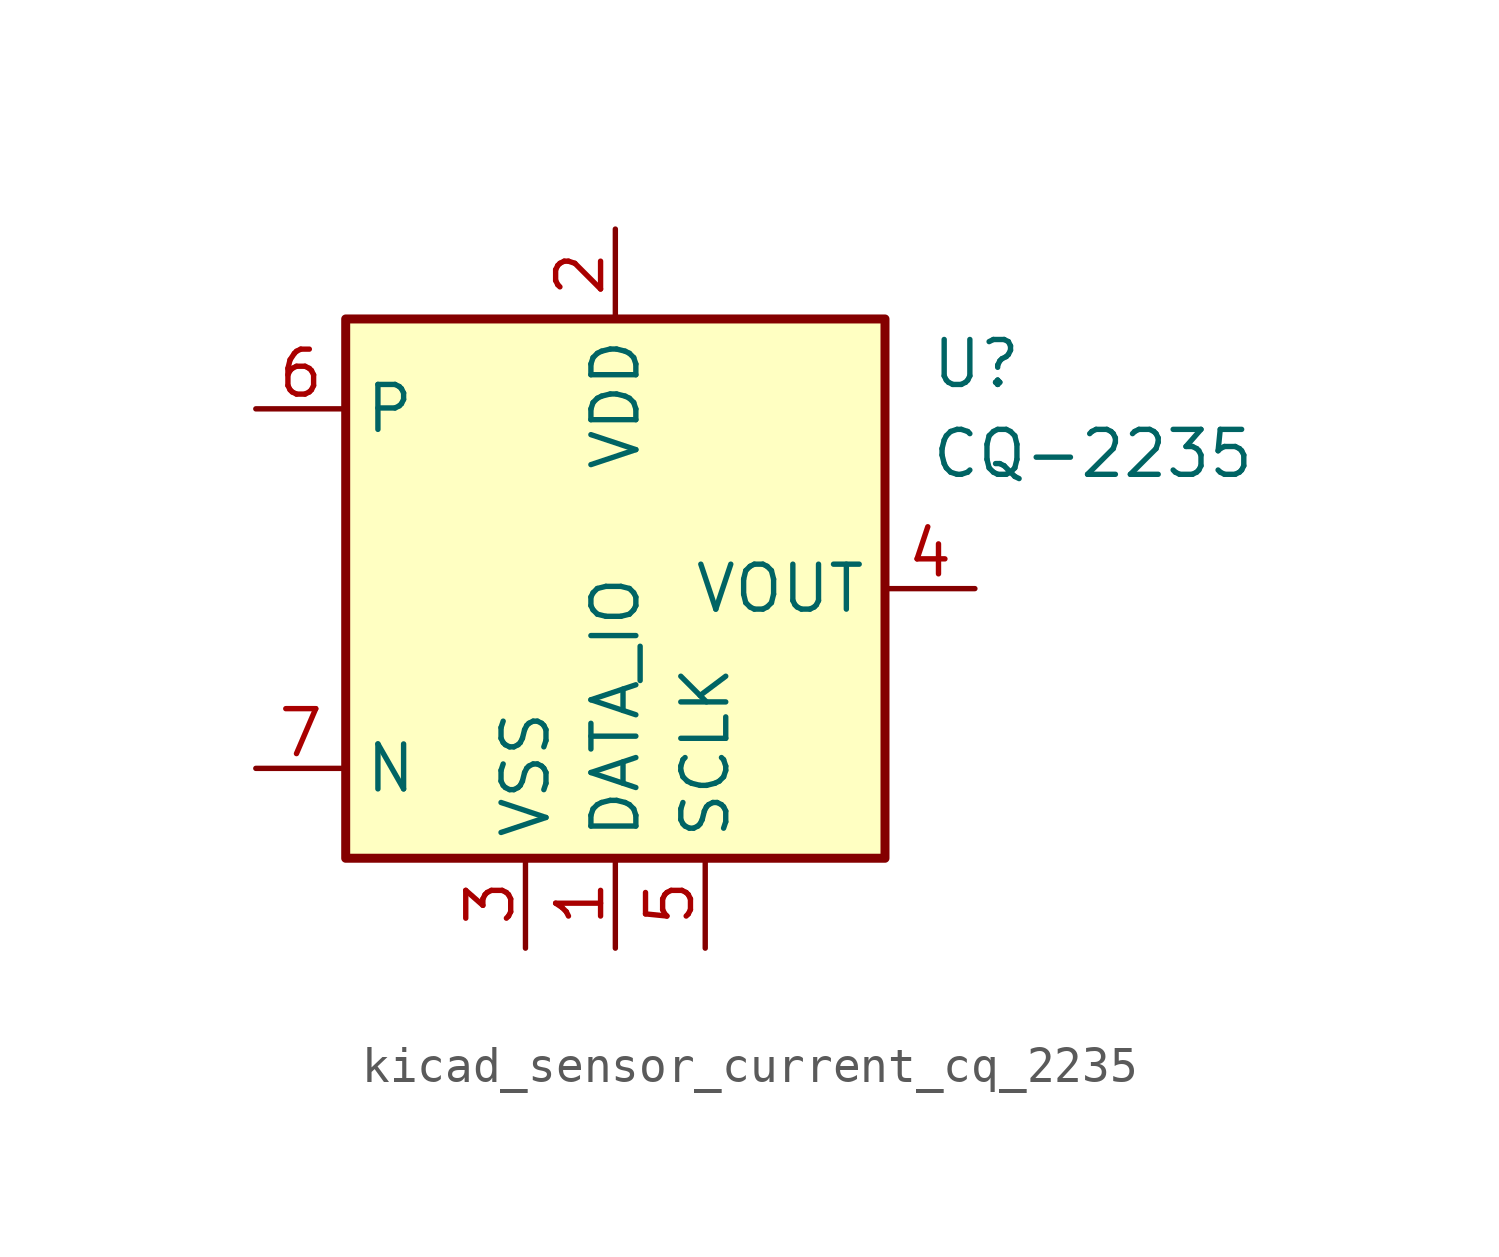
<source format=kicad_sym>
(kicad_symbol_lib
  (version 20220914)
  (generator kicad_symbol_editor)
  (symbol "kicad_sensor_current_cq_2235"
    (property "Reference" "U"
      (at 8.89 6.35 0)
      (effects (font (size 1.27 1.27)) (justify left)))
    (property "Value" "CQ-2235"
      (at 8.89 3.81 0)
      (effects (font (size 1.27 1.27)) (justify left)))
    (symbol "kicad_sensor_current_cq_2235_0_1"
      (rectangle (start -7.62 7.62) (end 7.62 -7.62) (stroke (width 0.254) (type default)) (fill (type background))))
    (symbol "kicad_sensor_current_cq_2235_1_1"
      (pin power_in line (at 0 -10.16 90) (length 2.54) (name "DATA_IO" (effects (font (size 1.27 1.27)))) (number "1" (effects (font (size 1.27 1.27)))))
      (pin power_in line (at 0 10.16 270) (length 2.54) (name "VDD" (effects (font (size 1.27 1.27)))) (number "2" (effects (font (size 1.27 1.27)))))
      (pin power_in line (at -2.54 -10.16 90) (length 2.54) (name "VSS" (effects (font (size 1.27 1.27)))) (number "3" (effects (font (size 1.27 1.27)))))
      (pin output line (at 10.16 0 180) (length 2.54) (name "VOUT" (effects (font (size 1.27 1.27)))) (number "4" (effects (font (size 1.27 1.27)))))
      (pin power_in line (at 2.54 -10.16 90) (length 2.54) (name "SCLK" (effects (font (size 1.27 1.27)))) (number "5" (effects (font (size 1.27 1.27)))))
      (pin passive line (at -10.16 5.08 0) (length 2.54) (name "P" (effects (font (size 1.27 1.27)))) (number "6" (effects (font (size 1.27 1.27)))))
      (pin passive line (at -10.16 -5.08 0) (length 2.54) (name "N" (effects (font (size 1.27 1.27)))) (number "7" (effects (font (size 1.27 1.27))))))))
</source>
